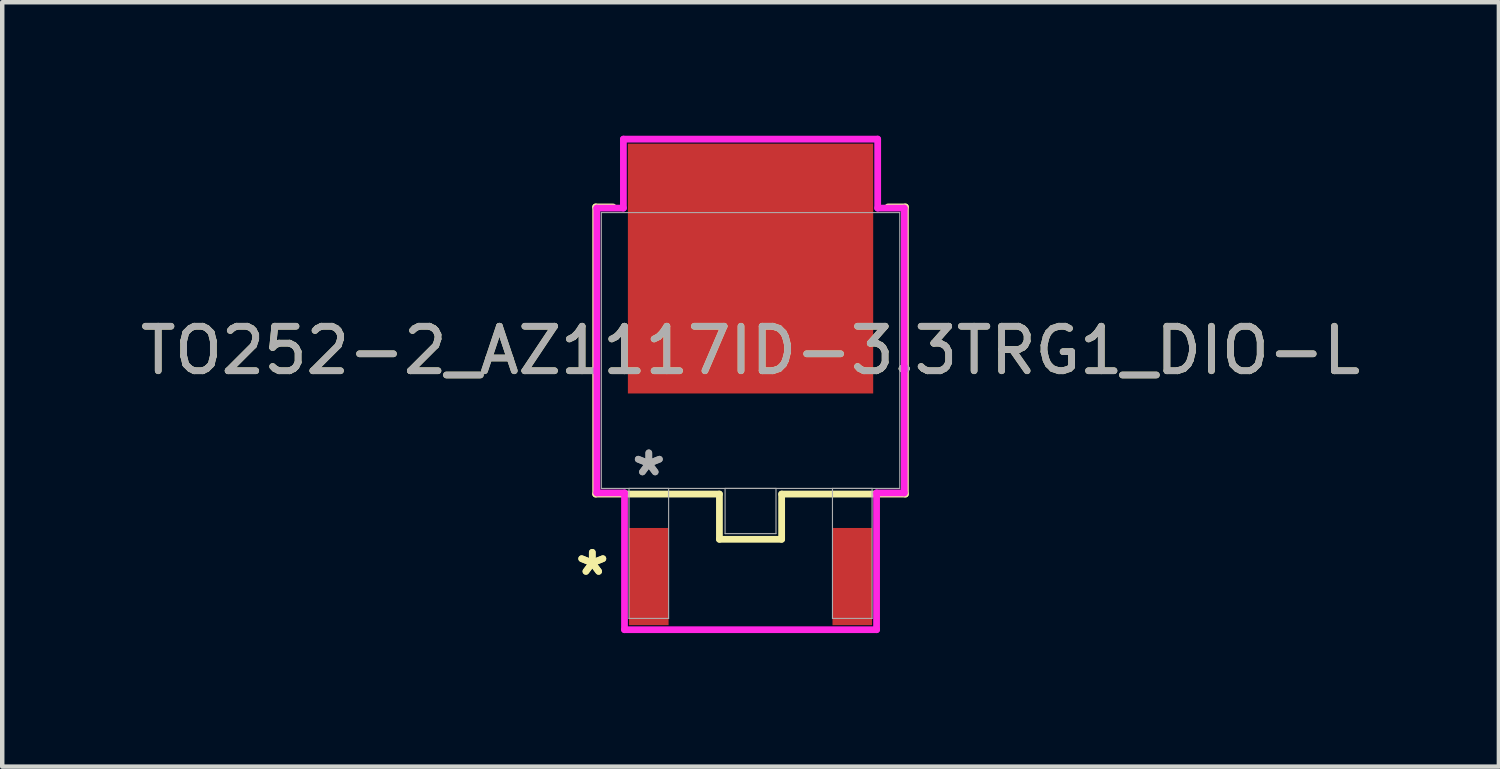
<source format=kicad_pcb>
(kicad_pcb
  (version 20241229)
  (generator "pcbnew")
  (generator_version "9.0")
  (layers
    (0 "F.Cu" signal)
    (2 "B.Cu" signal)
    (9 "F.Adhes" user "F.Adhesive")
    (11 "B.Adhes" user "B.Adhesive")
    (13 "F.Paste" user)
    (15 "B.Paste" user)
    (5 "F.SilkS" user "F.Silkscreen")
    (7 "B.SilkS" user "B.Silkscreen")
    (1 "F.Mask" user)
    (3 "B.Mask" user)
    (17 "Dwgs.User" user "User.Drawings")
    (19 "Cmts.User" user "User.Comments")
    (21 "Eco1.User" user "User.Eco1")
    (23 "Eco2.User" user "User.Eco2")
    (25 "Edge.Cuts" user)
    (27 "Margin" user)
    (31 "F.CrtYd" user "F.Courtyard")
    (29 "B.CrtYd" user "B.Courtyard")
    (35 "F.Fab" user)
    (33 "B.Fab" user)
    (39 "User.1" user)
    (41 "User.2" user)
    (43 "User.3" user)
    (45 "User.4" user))
  (footprint "TO252-2_AZ1117ID-3.3TRG1_DIO-L"
    (layer "F.Cu")
    (at 13.815 4.826)
    (property "Reference" "TO252-2_AZ1117ID-3.3TRG1_DIO-L" (at 0 0 0) (unlocked yes) (layer "F.SilkS") (effects (font (size 1 1) (thickness 0.15))))
    (attr smd)
    (fp_line (start -3.48 -3.226) (end -3.48 3.226) (stroke (width 0.152) (type solid)) (layer "F.SilkS"))
    (fp_line (start -3.48 3.226) (end -0.699 3.226) (stroke (width 0.152) (type solid)) (layer "F.SilkS"))
    (fp_line (start -3.089 -3.226) (end -3.48 -3.226) (stroke (width 0.152) (type solid)) (layer "F.SilkS"))
    (fp_line (start -0.699 3.226) (end -0.699 4.242) (stroke (width 0.152) (type solid)) (layer "F.SilkS"))
    (fp_line (start -0.699 4.242) (end 0.699 4.242) (stroke (width 0.152) (type solid)) (layer "F.SilkS"))
    (fp_line (start 0.699 3.226) (end 3.48 3.226) (stroke (width 0.152) (type solid)) (layer "F.SilkS"))
    (fp_line (start 0.699 4.242) (end 0.699 3.226) (stroke (width 0.152) (type solid)) (layer "F.SilkS"))
    (fp_line (start 3.48 -3.226) (end 3.089 -3.226) (stroke (width 0.152) (type solid)) (layer "F.SilkS"))
    (fp_line (start 3.48 3.226) (end 3.48 -3.226) (stroke (width 0.152) (type solid)) (layer "F.SilkS"))
    (fp_line (start -3.454 -3.2) (end -2.857 -3.2) (stroke (width 0.152) (type solid)) (layer "F.CrtYd"))
    (fp_line (start -3.454 3.2) (end -3.454 -3.2) (stroke (width 0.152) (type solid)) (layer "F.CrtYd"))
    (fp_line (start -2.857 -4.75) (end 2.857 -4.75) (stroke (width 0.152) (type solid)) (layer "F.CrtYd"))
    (fp_line (start -2.857 -3.2) (end -2.857 -4.75) (stroke (width 0.152) (type solid)) (layer "F.CrtYd"))
    (fp_line (start -2.832 3.2) (end -3.454 3.2) (stroke (width 0.152) (type solid)) (layer "F.CrtYd"))
    (fp_line (start -2.832 6.274) (end -2.832 3.2) (stroke (width 0.152) (type solid)) (layer "F.CrtYd"))
    (fp_line (start 2.832 3.2) (end 2.832 6.274) (stroke (width 0.152) (type solid)) (layer "F.CrtYd"))
    (fp_line (start 2.832 6.274) (end -2.832 6.274) (stroke (width 0.152) (type solid)) (layer "F.CrtYd"))
    (fp_line (start 2.857 -4.75) (end 2.857 -3.2) (stroke (width 0.152) (type solid)) (layer "F.CrtYd"))
    (fp_line (start 2.857 -3.2) (end 3.454 -3.2) (stroke (width 0.152) (type solid)) (layer "F.CrtYd"))
    (fp_line (start 3.454 -3.2) (end 3.454 3.2) (stroke (width 0.152) (type solid)) (layer "F.CrtYd"))
    (fp_line (start 3.454 3.2) (end 2.832 3.2) (stroke (width 0.152) (type solid)) (layer "F.CrtYd"))
    (fp_line (start -3.353 -3.099) (end -3.353 3.099) (stroke (width 0.025) (type solid)) (layer "F.Fab"))
    (fp_line (start -3.353 3.099) (end 3.353 3.099) (stroke (width 0.025) (type solid)) (layer "F.Fab"))
    (fp_line (start -2.731 3.099) (end -2.731 6.02) (stroke (width 0.025) (type solid)) (layer "F.Fab"))
    (fp_line (start -2.731 6.02) (end -1.841 6.02) (stroke (width 0.025) (type solid)) (layer "F.Fab"))
    (fp_line (start -1.841 3.099) (end -2.731 3.099) (stroke (width 0.025) (type solid)) (layer "F.Fab"))
    (fp_line (start -1.841 6.02) (end -1.841 3.099) (stroke (width 0.025) (type solid)) (layer "F.Fab"))
    (fp_line (start -0.572 3.099) (end -0.572 4.115) (stroke (width 0.025) (type solid)) (layer "F.Fab"))
    (fp_line (start -0.572 4.115) (end 0.572 4.115) (stroke (width 0.025) (type solid)) (layer "F.Fab"))
    (fp_line (start 0.572 3.099) (end -0.572 3.099) (stroke (width 0.025) (type solid)) (layer "F.Fab"))
    (fp_line (start 0.572 4.115) (end 0.572 3.099) (stroke (width 0.025) (type solid)) (layer "F.Fab"))
    (fp_line (start 1.841 3.099) (end 1.841 6.02) (stroke (width 0.025) (type solid)) (layer "F.Fab"))
    (fp_line (start 1.841 6.02) (end 2.731 6.02) (stroke (width 0.025) (type solid)) (layer "F.Fab"))
    (fp_line (start 2.731 3.099) (end 1.841 3.099) (stroke (width 0.025) (type solid)) (layer "F.Fab"))
    (fp_line (start 2.731 6.02) (end 2.731 3.099) (stroke (width 0.025) (type solid)) (layer "F.Fab"))
    (fp_line (start 3.353 -3.099) (end -3.353 -3.099) (stroke (width 0.025) (type solid)) (layer "F.Fab"))
    (fp_line (start 3.353 3.099) (end 3.353 -3.099) (stroke (width 0.025) (type solid)) (layer "F.Fab"))
    (fp_text user "*" (at -3.556 5.08 0) (layer "F.SilkS") (effects (font (size 1 1) (thickness 0.15))))
    (fp_text user "*" (at -3.556 5.08 0) (unlocked yes) (layer "F.SilkS") (effects (font (size 1 1) (thickness 0.15))))
    (fp_text user "${REFERENCE}" (at 0 0 0) (unlocked yes) (layer "F.Fab") (effects (font (size 1 1) (thickness 0.15))))
    (fp_text user "*" (at -2.286 2.845 0) (layer "F.Fab") (effects (font (size 1 1) (thickness 0.15))))
    (fp_text user "*" (at -2.286 2.845 0) (unlocked yes) (layer "F.Fab") (effects (font (size 1 1) (thickness 0.15))))
    (pad "1" smd rect (at -2.286 5.08) (size 0.889 2.184) (layers "F.Cu" "F.Mask" "F.Paste"))
    (pad "2" smd rect (at 0 -1.841) (size 5.512 5.613) (layers "F.Cu" "F.Mask" "F.Paste"))
    (pad "3" smd rect (at 2.286 5.08) (size 0.889 2.184) (layers "F.Cu" "F.Mask" "F.Paste")))
  (gr_rect
    (start -3 -3)
    (end 30.631 14.176)
    (stroke (width 0.1) (type default))
    (fill no)
    (layer "Edge.Cuts")))
</source>
